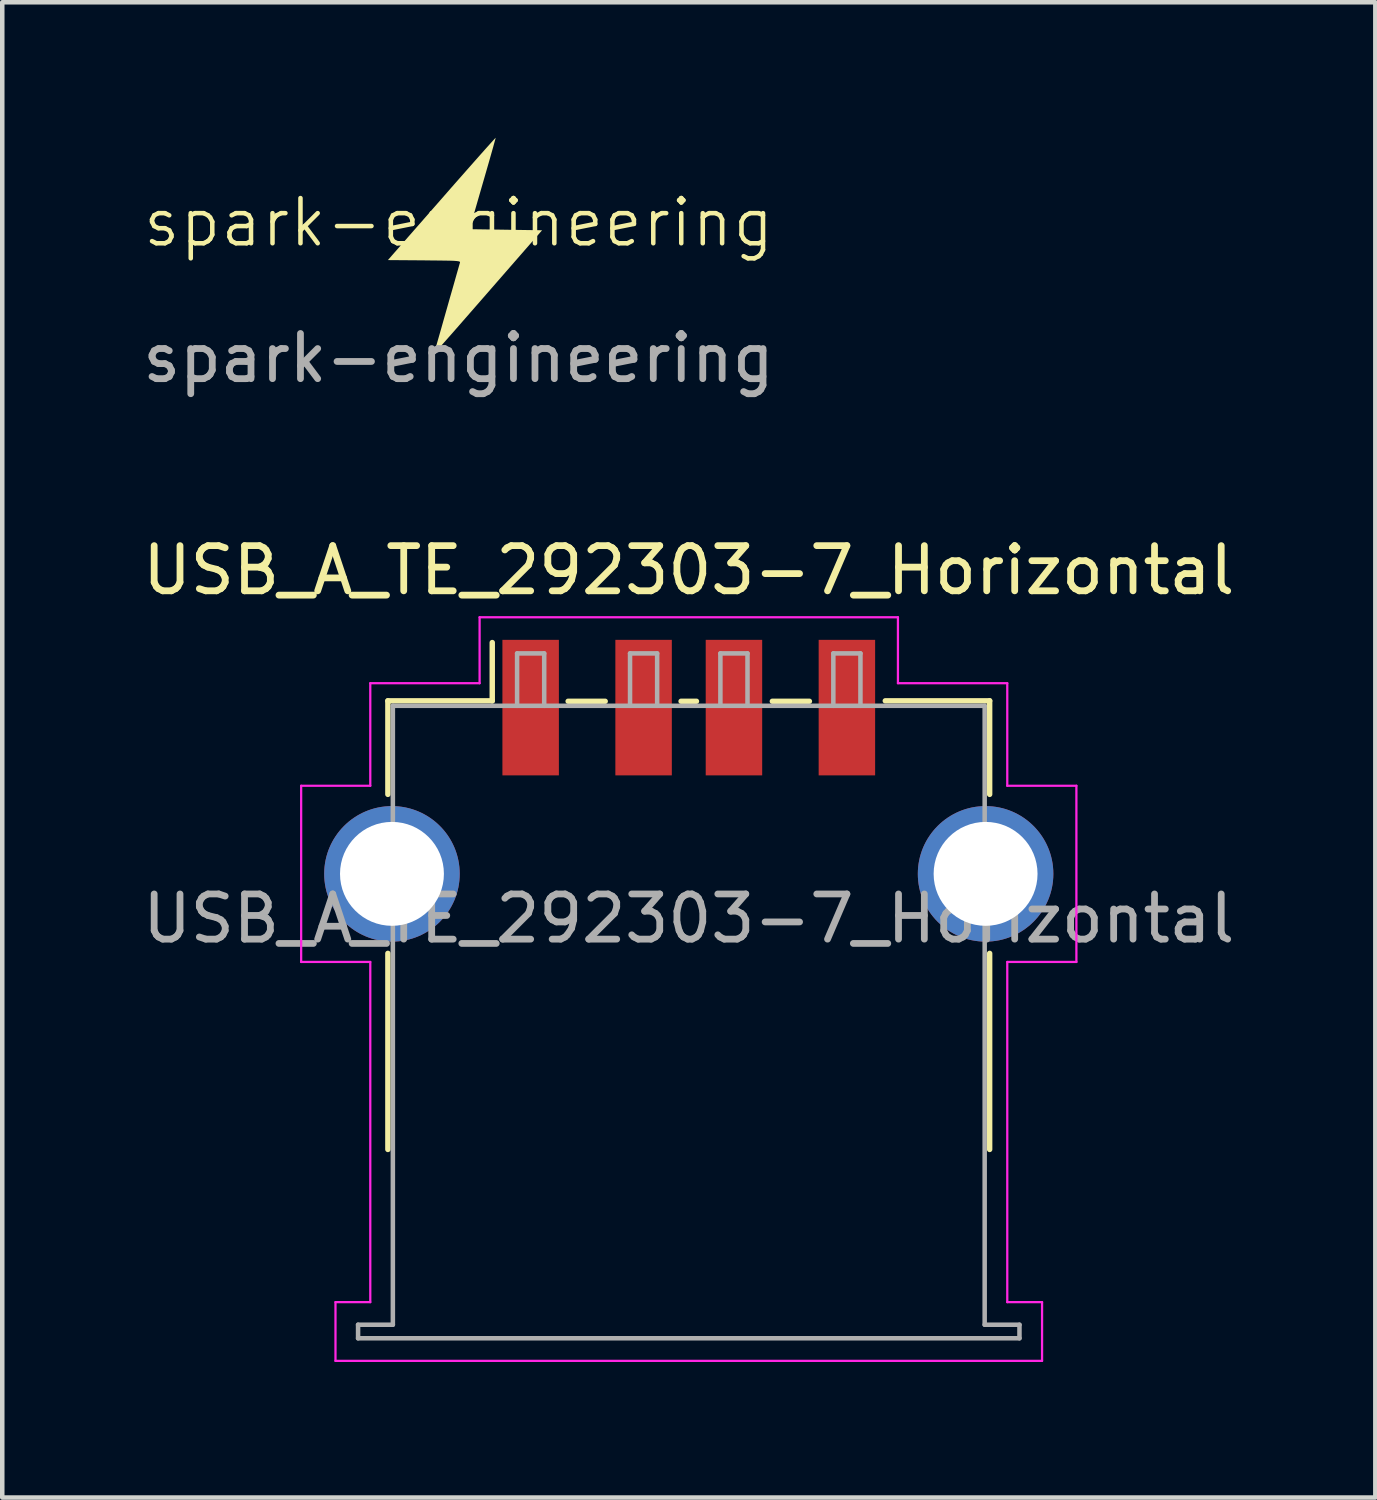
<source format=kicad_pcb>
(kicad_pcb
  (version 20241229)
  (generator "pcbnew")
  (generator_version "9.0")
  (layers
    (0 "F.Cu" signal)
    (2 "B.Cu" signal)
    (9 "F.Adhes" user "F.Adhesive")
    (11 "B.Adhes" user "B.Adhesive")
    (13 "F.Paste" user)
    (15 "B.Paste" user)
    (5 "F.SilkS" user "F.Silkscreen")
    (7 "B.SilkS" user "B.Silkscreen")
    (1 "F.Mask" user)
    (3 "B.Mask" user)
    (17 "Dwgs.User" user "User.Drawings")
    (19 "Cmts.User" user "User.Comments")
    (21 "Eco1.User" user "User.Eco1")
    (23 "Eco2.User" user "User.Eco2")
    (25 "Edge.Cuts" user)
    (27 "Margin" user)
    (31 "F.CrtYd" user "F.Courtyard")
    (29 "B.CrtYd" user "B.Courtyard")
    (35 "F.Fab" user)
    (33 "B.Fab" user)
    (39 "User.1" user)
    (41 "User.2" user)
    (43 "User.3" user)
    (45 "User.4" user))
  (footprint "spark-engineering"
    (layer "F.Cu")
    (at 7.101 2.377)
    (property "Reference" "spark-engineering" (at 0 -0.5 0) (unlocked yes) (layer "F.SilkS") (effects (font (size 1 1) (thickness 0.1))))
    (attr smd)
    (fp_poly (pts (xy 0.821 -2.377) (xy 0.814 -2.35) (xy 0.795 -2.281) (xy 0.766 -2.175) (xy 0.727 -2.037) (xy 0.68 -1.871) (xy 0.626 -1.684) (xy 0.567 -1.479) (xy 0.531 -1.355) (xy 0.242 -0.354) (xy 1.045 -0.342) (xy 1.848 -0.33) (xy 0.698 0.989) (xy 0.468 1.253) (xy 0.268 1.482) (xy 0.096 1.679) (xy -0.05 1.846) (xy -0.172 1.985) (xy -0.273 2.099) (xy -0.353 2.19) (xy -0.416 2.261) (xy -0.464 2.313) (xy -0.498 2.349) (xy -0.52 2.372) (xy -0.533 2.383) (xy -0.539 2.384) (xy -0.539 2.379) (xy -0.536 2.37) (xy -0.536 2.369) (xy -0.527 2.338) (xy -0.506 2.266) (xy -0.474 2.156) (xy -0.434 2.016) (xy -0.386 1.849) (xy -0.333 1.661) (xy -0.275 1.457) (xy -0.253 1.38) (xy -0.194 1.171) (xy -0.138 0.977) (xy -0.088 0.801) (xy -0.045 0.649) (xy -0.01 0.527) (xy 0.015 0.439) (xy 0.029 0.391) (xy 0.031 0.385) (xy 0.031 0.373) (xy 0.023 0.364) (xy 0 0.357) (xy -0.042 0.351) (xy -0.107 0.346) (xy -0.201 0.343) (xy -0.328 0.341) (xy -0.493 0.339) (xy -0.701 0.337) (xy -0.761 0.336) (xy -1.565 0.33) (xy -0.371 -1.033) (xy -0.179 -1.253) (xy 0.004 -1.461) (xy 0.175 -1.655) (xy 0.331 -1.832) (xy 0.47 -1.989) (xy 0.589 -2.123) (xy 0.687 -2.232) (xy 0.759 -2.312) (xy 0.805 -2.362) (xy 0.821 -2.377)) (stroke (width 0) (type solid)) (fill yes) (layer "F.SilkS"))
    (fp_text user "${REFERENCE}" (at 0 2.5 0) (unlocked yes) (layer "F.Fab") (effects (font (size 1 1) (thickness 0.15)))))
  (footprint "USB_A_TE_292303-7_Horizontal"
    (layer "F.Cu")
    (at 12.196 18.993)
    (property "Reference" "USB_A_TE_292303-7_Horizontal" (at 0 -9.42 0) (layer "F.SilkS") (effects (font (size 1 1) (thickness 0.15))))
    (attr smd)
    (fp_line (start -6.66 -6.53) (end -6.66 -4.46) (stroke (width 0.12) (type solid)) (layer "F.SilkS"))
    (fp_line (start -6.66 -6.53) (end -4.35 -6.53) (stroke (width 0.12) (type solid)) (layer "F.SilkS"))
    (fp_line (start -6.66 3.4) (end -6.66 -0.94) (stroke (width 0.12) (type solid)) (layer "F.SilkS"))
    (fp_line (start -4.35 -7.82) (end -4.35 -6.53) (stroke (width 0.12) (type solid)) (layer "F.SilkS"))
    (fp_line (start -2.67 -6.52) (end -1.85 -6.52) (stroke (width 0.12) (type solid)) (layer "F.SilkS"))
    (fp_line (start -0.17 -6.52) (end 0.17 -6.52) (stroke (width 0.12) (type solid)) (layer "F.SilkS"))
    (fp_line (start 1.85 -6.52) (end 2.67 -6.52) (stroke (width 0.12) (type solid)) (layer "F.SilkS"))
    (fp_line (start 4.35 -6.53) (end 6.66 -6.53) (stroke (width 0.12) (type solid)) (layer "F.SilkS"))
    (fp_line (start 6.66 -6.53) (end 6.66 -4.46) (stroke (width 0.12) (type solid)) (layer "F.SilkS"))
    (fp_line (start 6.66 -0.94) (end 6.66 3.4) (stroke (width 0.12) (type solid)) (layer "F.SilkS"))
    (fp_line (start -8.58 -4.65) (end -8.58 -0.75) (stroke (width 0.05) (type solid)) (layer "F.CrtYd"))
    (fp_line (start -7.82 6.78) (end -7.05 6.78) (stroke (width 0.05) (type solid)) (layer "F.CrtYd"))
    (fp_line (start -7.82 8.08) (end -7.82 6.78) (stroke (width 0.05) (type solid)) (layer "F.CrtYd"))
    (fp_line (start -7.82 8.08) (end 7.82 8.08) (stroke (width 0.05) (type solid)) (layer "F.CrtYd"))
    (fp_line (start -7.05 -6.92) (end -7.05 -4.65) (stroke (width 0.05) (type solid)) (layer "F.CrtYd"))
    (fp_line (start -7.05 -6.92) (end -4.63 -6.92) (stroke (width 0.05) (type solid)) (layer "F.CrtYd"))
    (fp_line (start -7.05 -4.65) (end -8.58 -4.65) (stroke (width 0.05) (type solid)) (layer "F.CrtYd"))
    (fp_line (start -7.05 -0.75) (end -8.58 -0.75) (stroke (width 0.05) (type solid)) (layer "F.CrtYd"))
    (fp_line (start -7.05 6.78) (end -7.05 -0.75) (stroke (width 0.05) (type solid)) (layer "F.CrtYd"))
    (fp_line (start -4.63 -8.38) (end -4.63 -6.92) (stroke (width 0.05) (type solid)) (layer "F.CrtYd"))
    (fp_line (start -4.63 -8.38) (end 4.63 -8.38) (stroke (width 0.05) (type solid)) (layer "F.CrtYd"))
    (fp_line (start 4.63 -8.38) (end 4.63 -6.92) (stroke (width 0.05) (type solid)) (layer "F.CrtYd"))
    (fp_line (start 4.63 -6.92) (end 7.05 -6.92) (stroke (width 0.05) (type solid)) (layer "F.CrtYd"))
    (fp_line (start 7.05 -6.92) (end 7.05 -4.65) (stroke (width 0.05) (type solid)) (layer "F.CrtYd"))
    (fp_line (start 7.05 6.78) (end 7.05 -0.75) (stroke (width 0.05) (type solid)) (layer "F.CrtYd"))
    (fp_line (start 7.82 6.78) (end 7.05 6.78) (stroke (width 0.05) (type solid)) (layer "F.CrtYd"))
    (fp_line (start 7.82 8.08) (end 7.82 6.78) (stroke (width 0.05) (type solid)) (layer "F.CrtYd"))
    (fp_line (start 8.58 -4.65) (end 7.05 -4.65) (stroke (width 0.05) (type solid)) (layer "F.CrtYd"))
    (fp_line (start 8.58 -4.65) (end 8.58 -0.75) (stroke (width 0.05) (type solid)) (layer "F.CrtYd"))
    (fp_line (start 8.58 -0.75) (end 7.05 -0.75) (stroke (width 0.05) (type solid)) (layer "F.CrtYd"))
    (fp_line (start -7.32 7.28) (end -7.32 7.58) (stroke (width 0.1) (type solid)) (layer "F.Fab"))
    (fp_line (start -7.32 7.58) (end 7.32 7.58) (stroke (width 0.1) (type solid)) (layer "F.Fab"))
    (fp_line (start -6.55 -6.42) (end 6.55 -6.42) (stroke (width 0.1) (type solid)) (layer "F.Fab"))
    (fp_line (start -6.55 7.28) (end -7.32 7.28) (stroke (width 0.1) (type solid)) (layer "F.Fab"))
    (fp_line (start -6.55 7.28) (end -6.55 -6.42) (stroke (width 0.1) (type solid)) (layer "F.Fab"))
    (fp_line (start -3.8 -7.58) (end -3.8 -6.42) (stroke (width 0.1) (type solid)) (layer "F.Fab"))
    (fp_line (start -3.8 -7.58) (end -3.2 -7.58) (stroke (width 0.1) (type solid)) (layer "F.Fab"))
    (fp_line (start -3.2 -7.58) (end -3.2 -6.42) (stroke (width 0.1) (type solid)) (layer "F.Fab"))
    (fp_line (start -1.3 -7.58) (end -1.3 -6.42) (stroke (width 0.1) (type solid)) (layer "F.Fab"))
    (fp_line (start -1.3 -7.58) (end -0.7 -7.58) (stroke (width 0.1) (type solid)) (layer "F.Fab"))
    (fp_line (start -0.7 -7.58) (end -0.7 -6.42) (stroke (width 0.1) (type solid)) (layer "F.Fab"))
    (fp_line (start 0.7 -7.58) (end 0.7 -6.42) (stroke (width 0.1) (type solid)) (layer "F.Fab"))
    (fp_line (start 0.7 -7.58) (end 1.3 -7.58) (stroke (width 0.1) (type solid)) (layer "F.Fab"))
    (fp_line (start 1.3 -7.58) (end 1.3 -6.42) (stroke (width 0.1) (type solid)) (layer "F.Fab"))
    (fp_line (start 3.2 -7.58) (end 3.2 -6.42) (stroke (width 0.1) (type solid)) (layer "F.Fab"))
    (fp_line (start 3.2 -7.58) (end 3.8 -7.58) (stroke (width 0.1) (type solid)) (layer "F.Fab"))
    (fp_line (start 3.8 -7.58) (end 3.8 -6.42) (stroke (width 0.1) (type solid)) (layer "F.Fab"))
    (fp_line (start 6.55 -6.42) (end 6.55 7.28) (stroke (width 0.1) (type solid)) (layer "F.Fab"))
    (fp_line (start 7.32 7.28) (end 6.55 7.28) (stroke (width 0.1) (type solid)) (layer "F.Fab"))
    (fp_line (start 7.32 7.58) (end 7.32 7.28) (stroke (width 0.1) (type solid)) (layer "F.Fab"))
    (fp_text user "${REFERENCE}" (at 0 -1.71 0) (layer "F.Fab") (effects (font (size 1 1) (thickness 0.15))))
    (pad "1" smd rect (at -3.5 -6.38) (size 1.25 3) (layers "F.Cu" "F.Mask" "F.Paste"))
    (pad "2" smd rect (at -1 -6.38) (size 1.25 3) (layers "F.Cu" "F.Mask" "F.Paste"))
    (pad "3" smd rect (at 1 -6.38) (size 1.25 3) (layers "F.Cu" "F.Mask" "F.Paste"))
    (pad "4" smd rect (at 3.5 -6.38) (size 1.25 3) (layers "F.Cu" "F.Mask" "F.Paste"))
    (pad "5" thru_hole circle (at -6.57 -2.7) (size 3 3) (drill 2.3) (layers "*.Cu" "*.Mask"))
    (pad "5" thru_hole circle (at 6.57 -2.7) (size 3 3) (drill 2.3) (layers "*.Cu" "*.Mask")))
  (gr_rect
    (start -3 -3)
    (end 27.393 30.098)
    (stroke (width 0.1) (type default))
    (fill no)
    (layer "Edge.Cuts")))
</source>
